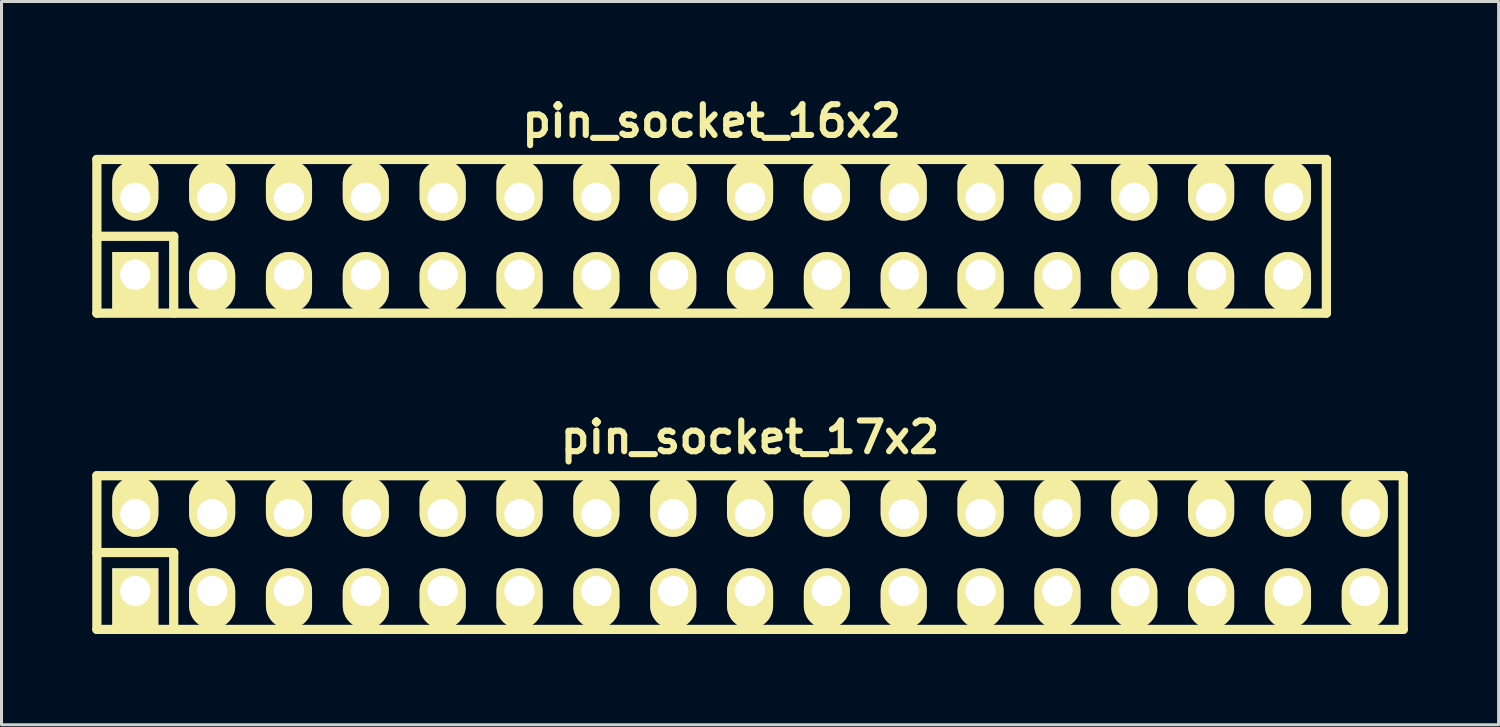
<source format=kicad_pcb>
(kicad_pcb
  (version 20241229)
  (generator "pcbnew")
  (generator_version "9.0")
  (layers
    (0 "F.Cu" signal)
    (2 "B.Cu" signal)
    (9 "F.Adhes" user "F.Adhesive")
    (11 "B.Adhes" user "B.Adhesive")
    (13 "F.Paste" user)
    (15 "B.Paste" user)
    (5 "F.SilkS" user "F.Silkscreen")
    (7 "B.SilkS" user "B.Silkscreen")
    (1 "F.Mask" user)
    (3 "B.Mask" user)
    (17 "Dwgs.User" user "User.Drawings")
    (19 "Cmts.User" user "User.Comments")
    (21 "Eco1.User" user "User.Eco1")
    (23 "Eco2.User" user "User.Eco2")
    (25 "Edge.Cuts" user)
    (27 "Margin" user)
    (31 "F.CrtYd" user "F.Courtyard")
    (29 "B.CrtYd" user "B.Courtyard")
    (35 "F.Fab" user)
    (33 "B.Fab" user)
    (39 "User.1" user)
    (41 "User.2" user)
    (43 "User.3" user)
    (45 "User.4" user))
  (footprint "pin_socket_16x2"
    (layer "F.Cu")
    (at 20.472 4.761)
    (property "Reference" "pin_socket_16x2" (at 0 -3.81 0) (layer "F.SilkS") (effects (font (size 1.016 1.016) (thickness 0.203))))
    (attr through_hole)
    (fp_line (start -20.32 -2.54) (end -20.32 2.54) (stroke (width 0.305) (type solid)) (layer "F.SilkS"))
    (fp_line (start -20.32 -2.54) (end 20.32 -2.54) (stroke (width 0.305) (type solid)) (layer "F.SilkS"))
    (fp_line (start -20.32 0) (end -17.78 0) (stroke (width 0.305) (type solid)) (layer "F.SilkS"))
    (fp_line (start -17.78 0) (end -17.78 2.54) (stroke (width 0.305) (type solid)) (layer "F.SilkS"))
    (fp_line (start 20.32 2.54) (end -20.32 2.54) (stroke (width 0.305) (type solid)) (layer "F.SilkS"))
    (fp_line (start 20.32 2.54) (end 20.32 -2.54) (stroke (width 0.305) (type solid)) (layer "F.SilkS"))
    (pad "1" thru_hole rect (at -19.05 1.27) (size 1.524 1.999) (drill 1.001 (offset 0 0.249)) (layers "*.Cu" "*.Mask" "F.SilkS"))
    (pad "2" thru_hole oval (at -19.05 -1.27) (size 1.524 1.999) (drill 1.001 (offset 0 -0.249)) (layers "*.Cu" "*.Mask" "F.SilkS"))
    (pad "3" thru_hole oval (at -16.51 1.27) (size 1.524 1.999) (drill 1.001 (offset 0 0.249)) (layers "*.Cu" "*.Mask" "F.SilkS"))
    (pad "4" thru_hole oval (at -16.51 -1.27) (size 1.524 1.999) (drill 1.001 (offset 0 -0.249)) (layers "*.Cu" "*.Mask" "F.SilkS"))
    (pad "5" thru_hole oval (at -13.97 1.27) (size 1.524 1.999) (drill 1.001 (offset 0 0.249)) (layers "*.Cu" "*.Mask" "F.SilkS"))
    (pad "6" thru_hole oval (at -13.97 -1.27) (size 1.524 1.999) (drill 1.001 (offset 0 -0.249)) (layers "*.Cu" "*.Mask" "F.SilkS"))
    (pad "7" thru_hole oval (at -11.43 1.27) (size 1.524 1.999) (drill 1.001 (offset 0 0.249)) (layers "*.Cu" "*.Mask" "F.SilkS"))
    (pad "8" thru_hole oval (at -11.43 -1.27) (size 1.524 1.999) (drill 1.001 (offset 0 -0.249)) (layers "*.Cu" "*.Mask" "F.SilkS"))
    (pad "9" thru_hole oval (at -8.89 1.27) (size 1.524 1.999) (drill 1.001 (offset 0 0.249)) (layers "*.Cu" "*.Mask" "F.SilkS"))
    (pad "10" thru_hole oval (at -8.89 -1.27) (size 1.524 1.999) (drill 1.001 (offset 0 -0.249)) (layers "*.Cu" "*.Mask" "F.SilkS"))
    (pad "11" thru_hole oval (at -6.35 1.27) (size 1.524 1.999) (drill 1.001 (offset 0 0.249)) (layers "*.Cu" "*.Mask" "F.SilkS"))
    (pad "12" thru_hole oval (at -6.35 -1.27) (size 1.524 1.999) (drill 1.001 (offset 0 -0.249)) (layers "*.Cu" "*.Mask" "F.SilkS"))
    (pad "13" thru_hole oval (at -3.81 1.27) (size 1.524 1.999) (drill 1.001 (offset 0 0.249)) (layers "*.Cu" "*.Mask" "F.SilkS"))
    (pad "14" thru_hole oval (at -3.81 -1.27) (size 1.524 1.999) (drill 1.001 (offset 0 -0.249)) (layers "*.Cu" "*.Mask" "F.SilkS"))
    (pad "15" thru_hole oval (at -1.27 1.27) (size 1.524 1.999) (drill 1.001 (offset 0 0.249)) (layers "*.Cu" "*.Mask" "F.SilkS"))
    (pad "16" thru_hole oval (at -1.27 -1.27) (size 1.524 1.999) (drill 1.001 (offset 0 -0.249)) (layers "*.Cu" "*.Mask" "F.SilkS"))
    (pad "17" thru_hole oval (at 1.27 1.27) (size 1.524 1.999) (drill 1.001 (offset 0 0.249)) (layers "*.Cu" "*.Mask" "F.SilkS"))
    (pad "18" thru_hole oval (at 1.27 -1.27) (size 1.524 1.999) (drill 1.001 (offset 0 -0.249)) (layers "*.Cu" "*.Mask" "F.SilkS"))
    (pad "19" thru_hole oval (at 3.81 1.27) (size 1.524 1.999) (drill 1.001 (offset 0 0.249)) (layers "*.Cu" "*.Mask" "F.SilkS"))
    (pad "20" thru_hole oval (at 3.81 -1.27) (size 1.524 1.999) (drill 1.001 (offset 0 -0.249)) (layers "*.Cu" "*.Mask" "F.SilkS"))
    (pad "21" thru_hole oval (at 6.35 1.27) (size 1.524 1.999) (drill 1.001 (offset 0 0.249)) (layers "*.Cu" "*.Mask" "F.SilkS"))
    (pad "22" thru_hole oval (at 6.35 -1.27) (size 1.524 1.999) (drill 1.001 (offset 0 -0.249)) (layers "*.Cu" "*.Mask" "F.SilkS"))
    (pad "23" thru_hole oval (at 8.89 1.27) (size 1.524 1.999) (drill 1.001 (offset 0 0.249)) (layers "*.Cu" "*.Mask" "F.SilkS"))
    (pad "24" thru_hole oval (at 8.89 -1.27) (size 1.524 1.999) (drill 1.001 (offset 0 -0.249)) (layers "*.Cu" "*.Mask" "F.SilkS"))
    (pad "25" thru_hole oval (at 11.43 1.27) (size 1.524 1.999) (drill 1.001 (offset 0 0.249)) (layers "*.Cu" "*.Mask" "F.SilkS"))
    (pad "26" thru_hole oval (at 11.43 -1.27) (size 1.524 1.999) (drill 1.001 (offset 0 -0.249)) (layers "*.Cu" "*.Mask" "F.SilkS"))
    (pad "27" thru_hole oval (at 13.97 1.27) (size 1.524 1.999) (drill 1.001 (offset 0 0.249)) (layers "*.Cu" "*.Mask" "F.SilkS"))
    (pad "28" thru_hole oval (at 13.97 -1.27) (size 1.524 1.999) (drill 1.001 (offset 0 -0.249)) (layers "*.Cu" "*.Mask" "F.SilkS"))
    (pad "29" thru_hole oval (at 16.51 1.27) (size 1.524 1.999) (drill 1.001 (offset 0 0.249)) (layers "*.Cu" "*.Mask" "F.SilkS"))
    (pad "30" thru_hole oval (at 16.51 -1.27) (size 1.524 1.999) (drill 1.001 (offset 0 -0.249)) (layers "*.Cu" "*.Mask" "F.SilkS"))
    (pad "31" thru_hole oval (at 19.05 1.27) (size 1.524 1.999) (drill 1.001 (offset 0 0.249)) (layers "*.Cu" "*.Mask" "F.SilkS"))
    (pad "32" thru_hole oval (at 19.05 -1.27) (size 1.524 1.999) (drill 1.001 (offset 0 -0.249)) (layers "*.Cu" "*.Mask" "F.SilkS")))
  (footprint "pin_socket_17x2"
    (layer "F.Cu")
    (at 21.742 15.214)
    (property "Reference" "pin_socket_17x2" (at 0 -3.81 0) (layer "F.SilkS") (effects (font (size 1.016 1.016) (thickness 0.203))))
    (attr through_hole)
    (fp_line (start -21.59 -2.54) (end -21.59 2.54) (stroke (width 0.305) (type solid)) (layer "F.SilkS"))
    (fp_line (start -21.59 -2.54) (end 21.59 -2.54) (stroke (width 0.305) (type solid)) (layer "F.SilkS"))
    (fp_line (start -21.59 0) (end -19.05 0) (stroke (width 0.305) (type solid)) (layer "F.SilkS"))
    (fp_line (start -19.05 0) (end -19.05 2.54) (stroke (width 0.305) (type solid)) (layer "F.SilkS"))
    (fp_line (start 21.59 2.54) (end -21.59 2.54) (stroke (width 0.305) (type solid)) (layer "F.SilkS"))
    (fp_line (start 21.59 2.54) (end 21.59 -2.54) (stroke (width 0.305) (type solid)) (layer "F.SilkS"))
    (pad "1" thru_hole rect (at -20.32 1.27) (size 1.524 1.999) (drill 1.001 (offset 0 0.249)) (layers "*.Cu" "*.Mask" "F.SilkS"))
    (pad "2" thru_hole oval (at -20.32 -1.27) (size 1.524 1.999) (drill 1.001 (offset 0 -0.249)) (layers "*.Cu" "*.Mask" "F.SilkS"))
    (pad "3" thru_hole oval (at -17.78 1.27) (size 1.524 1.999) (drill 1.001 (offset 0 0.249)) (layers "*.Cu" "*.Mask" "F.SilkS"))
    (pad "4" thru_hole oval (at -17.78 -1.27) (size 1.524 1.999) (drill 1.001 (offset 0 -0.249)) (layers "*.Cu" "*.Mask" "F.SilkS"))
    (pad "5" thru_hole oval (at -15.24 1.27) (size 1.524 1.999) (drill 1.001 (offset 0 0.249)) (layers "*.Cu" "*.Mask" "F.SilkS"))
    (pad "6" thru_hole oval (at -15.24 -1.27) (size 1.524 1.999) (drill 1.001 (offset 0 -0.249)) (layers "*.Cu" "*.Mask" "F.SilkS"))
    (pad "7" thru_hole oval (at -12.7 1.27) (size 1.524 1.999) (drill 1.001 (offset 0 0.249)) (layers "*.Cu" "*.Mask" "F.SilkS"))
    (pad "8" thru_hole oval (at -12.7 -1.27) (size 1.524 1.999) (drill 1.001 (offset 0 -0.249)) (layers "*.Cu" "*.Mask" "F.SilkS"))
    (pad "9" thru_hole oval (at -10.16 1.27) (size 1.524 1.999) (drill 1.001 (offset 0 0.249)) (layers "*.Cu" "*.Mask" "F.SilkS"))
    (pad "10" thru_hole oval (at -10.16 -1.27) (size 1.524 1.999) (drill 1.001 (offset 0 -0.249)) (layers "*.Cu" "*.Mask" "F.SilkS"))
    (pad "11" thru_hole oval (at -7.62 1.27) (size 1.524 1.999) (drill 1.001 (offset 0 0.249)) (layers "*.Cu" "*.Mask" "F.SilkS"))
    (pad "12" thru_hole oval (at -7.62 -1.27) (size 1.524 1.999) (drill 1.001 (offset 0 -0.249)) (layers "*.Cu" "*.Mask" "F.SilkS"))
    (pad "13" thru_hole oval (at -5.08 1.27) (size 1.524 1.999) (drill 1.001 (offset 0 0.249)) (layers "*.Cu" "*.Mask" "F.SilkS"))
    (pad "14" thru_hole oval (at -5.08 -1.27) (size 1.524 1.999) (drill 1.001 (offset 0 -0.249)) (layers "*.Cu" "*.Mask" "F.SilkS"))
    (pad "15" thru_hole oval (at -2.54 1.27) (size 1.524 1.999) (drill 1.001 (offset 0 0.249)) (layers "*.Cu" "*.Mask" "F.SilkS"))
    (pad "16" thru_hole oval (at -2.54 -1.27) (size 1.524 1.999) (drill 1.001 (offset 0 -0.249)) (layers "*.Cu" "*.Mask" "F.SilkS"))
    (pad "17" thru_hole oval (at 0 1.27) (size 1.524 1.999) (drill 1.001 (offset 0 0.249)) (layers "*.Cu" "*.Mask" "F.SilkS"))
    (pad "18" thru_hole oval (at 0 -1.27) (size 1.524 1.999) (drill 1.001 (offset 0 -0.249)) (layers "*.Cu" "*.Mask" "F.SilkS"))
    (pad "19" thru_hole oval (at 2.54 1.27) (size 1.524 1.999) (drill 1.001 (offset 0 0.249)) (layers "*.Cu" "*.Mask" "F.SilkS"))
    (pad "20" thru_hole oval (at 2.54 -1.27) (size 1.524 1.999) (drill 1.001 (offset 0 -0.249)) (layers "*.Cu" "*.Mask" "F.SilkS"))
    (pad "21" thru_hole oval (at 5.08 1.27) (size 1.524 1.999) (drill 1.001 (offset 0 0.249)) (layers "*.Cu" "*.Mask" "F.SilkS"))
    (pad "22" thru_hole oval (at 5.08 -1.27) (size 1.524 1.999) (drill 1.001 (offset 0 -0.249)) (layers "*.Cu" "*.Mask" "F.SilkS"))
    (pad "23" thru_hole oval (at 7.62 1.27) (size 1.524 1.999) (drill 1.001 (offset 0 0.249)) (layers "*.Cu" "*.Mask" "F.SilkS"))
    (pad "24" thru_hole oval (at 7.62 -1.27) (size 1.524 1.999) (drill 1.001 (offset 0 -0.249)) (layers "*.Cu" "*.Mask" "F.SilkS"))
    (pad "25" thru_hole oval (at 10.16 1.27) (size 1.524 1.999) (drill 1.001 (offset 0 0.249)) (layers "*.Cu" "*.Mask" "F.SilkS"))
    (pad "26" thru_hole oval (at 10.16 -1.27) (size 1.524 1.999) (drill 1.001 (offset 0 -0.249)) (layers "*.Cu" "*.Mask" "F.SilkS"))
    (pad "27" thru_hole oval (at 12.7 1.27) (size 1.524 1.999) (drill 1.001 (offset 0 0.249)) (layers "*.Cu" "*.Mask" "F.SilkS"))
    (pad "28" thru_hole oval (at 12.7 -1.27) (size 1.524 1.999) (drill 1.001 (offset 0 -0.249)) (layers "*.Cu" "*.Mask" "F.SilkS"))
    (pad "29" thru_hole oval (at 15.24 1.27) (size 1.524 1.999) (drill 1.001 (offset 0 0.249)) (layers "*.Cu" "*.Mask" "F.SilkS"))
    (pad "30" thru_hole oval (at 15.24 -1.27) (size 1.524 1.999) (drill 1.001 (offset 0 -0.249)) (layers "*.Cu" "*.Mask" "F.SilkS"))
    (pad "31" thru_hole oval (at 17.78 1.27) (size 1.524 1.999) (drill 1.001 (offset 0 0.249)) (layers "*.Cu" "*.Mask" "F.SilkS"))
    (pad "32" thru_hole oval (at 17.78 -1.27) (size 1.524 1.999) (drill 1.001 (offset 0 -0.249)) (layers "*.Cu" "*.Mask" "F.SilkS"))
    (pad "33" thru_hole oval (at 20.32 1.27) (size 1.524 1.999) (drill 1.001 (offset 0 0.249)) (layers "*.Cu" "*.Mask" "F.SilkS"))
    (pad "34" thru_hole oval (at 20.32 -1.27) (size 1.524 1.999) (drill 1.001 (offset 0 -0.249)) (layers "*.Cu" "*.Mask" "F.SilkS")))
  (gr_rect
    (start -3 -3)
    (end 46.485 20.907)
    (stroke (width 0.1) (type default))
    (fill no)
    (layer "Edge.Cuts")))
</source>
